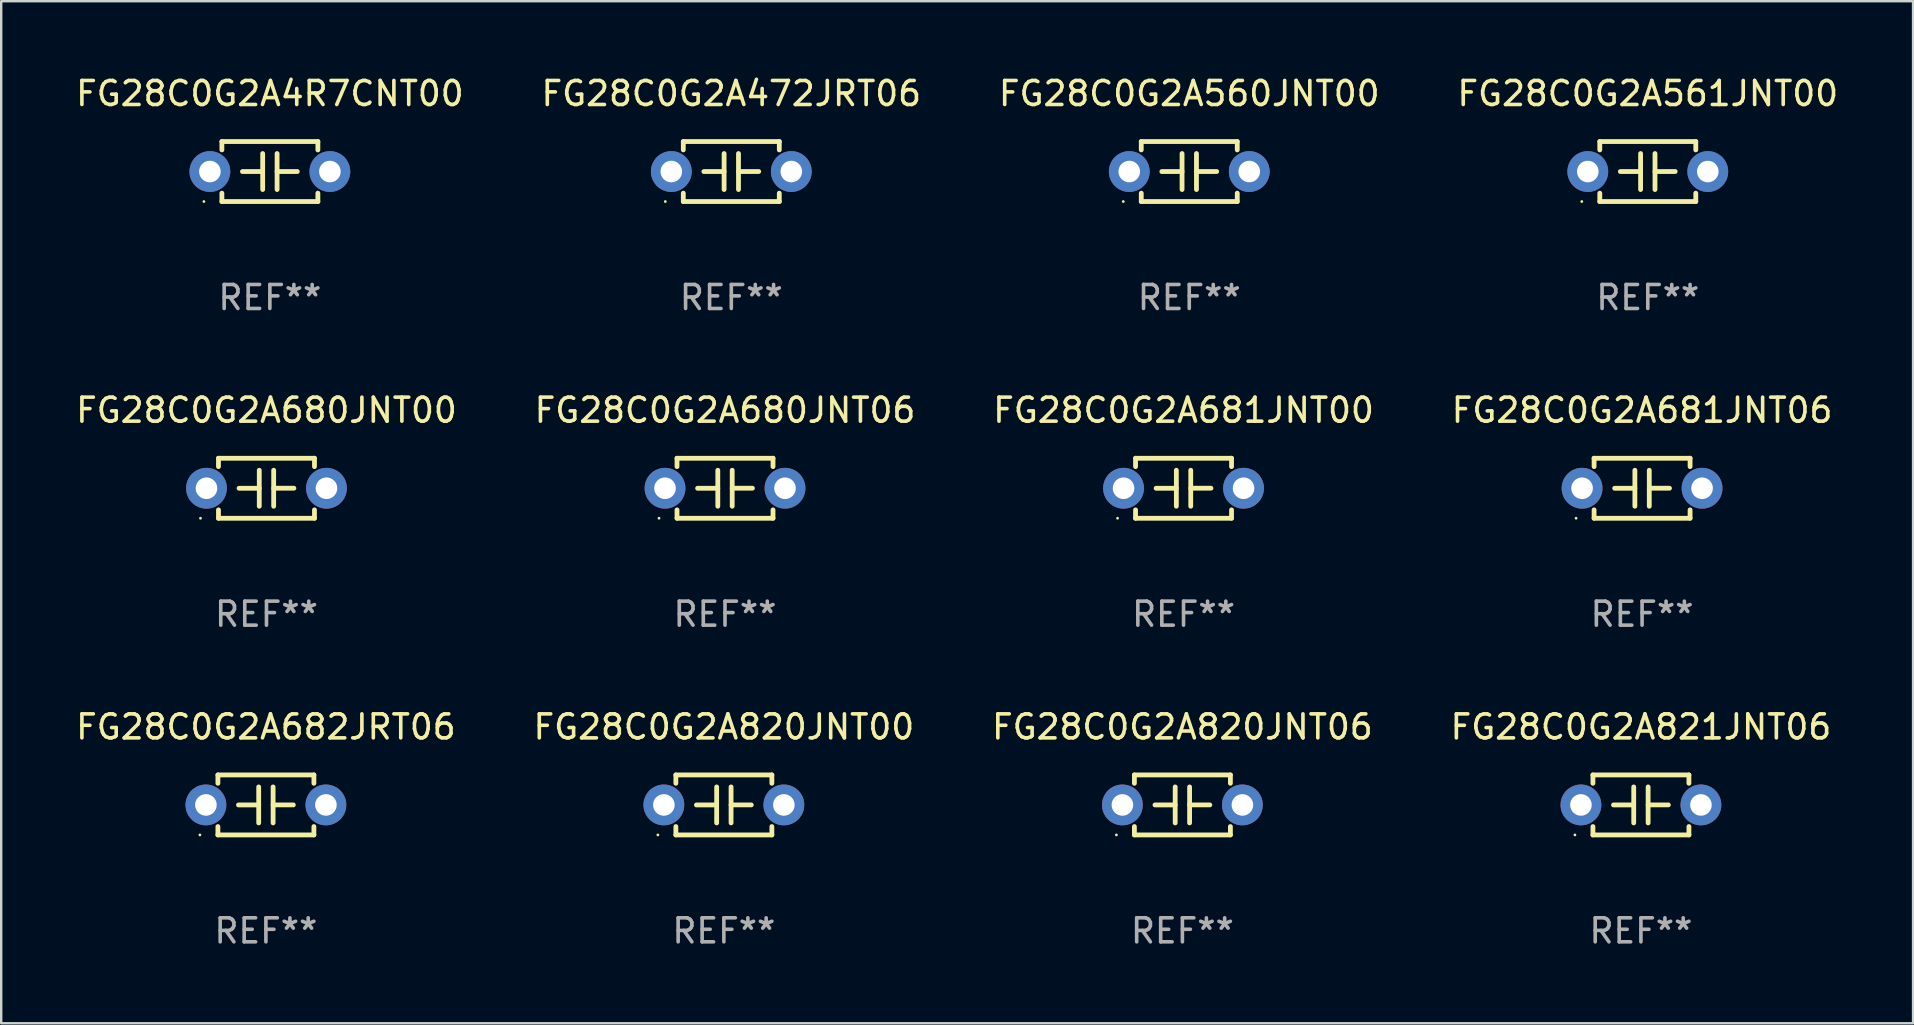
<source format=kicad_pcb>
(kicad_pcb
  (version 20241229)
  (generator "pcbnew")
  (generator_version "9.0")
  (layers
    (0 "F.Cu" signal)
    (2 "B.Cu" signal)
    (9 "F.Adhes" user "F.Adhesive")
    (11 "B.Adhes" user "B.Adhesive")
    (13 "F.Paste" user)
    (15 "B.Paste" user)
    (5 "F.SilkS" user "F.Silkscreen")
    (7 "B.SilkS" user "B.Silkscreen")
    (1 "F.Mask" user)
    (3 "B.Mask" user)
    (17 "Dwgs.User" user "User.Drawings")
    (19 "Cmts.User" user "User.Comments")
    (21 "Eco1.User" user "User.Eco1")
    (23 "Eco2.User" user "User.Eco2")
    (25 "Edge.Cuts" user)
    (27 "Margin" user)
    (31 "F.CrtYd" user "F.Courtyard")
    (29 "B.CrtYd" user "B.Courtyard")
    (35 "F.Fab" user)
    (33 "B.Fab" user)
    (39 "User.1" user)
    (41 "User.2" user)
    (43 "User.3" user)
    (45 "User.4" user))
  (footprint "FG28C0G2A821JNT06"
    (layer "F.Cu")
    (at 65.327 30.491)
    (property "Reference" "FG28C0G2A821JNT06" (at 0 -3.25 0) (layer "F.SilkS") (effects (font (size 1 1) (thickness 0.15))))
    (attr through_hole)
    (fp_line (start -2 -1.25) (end -2 -0.901) (stroke (width 0.2) (type solid)) (layer "F.SilkS"))
    (fp_line (start -2 -1.25) (end 2 -1.25) (stroke (width 0.2) (type solid)) (layer "F.SilkS"))
    (fp_line (start -2 0.901) (end -2 1.25) (stroke (width 0.2) (type solid)) (layer "F.SilkS"))
    (fp_line (start -0.3 -0.75) (end -0.3 0.75) (stroke (width 0.2) (type solid)) (layer "F.SilkS"))
    (fp_line (start -0.3 0.001) (end -1.143 0.001) (stroke (width 0.2) (type solid)) (layer "F.SilkS"))
    (fp_line (start 0.3 -0.001) (end 1.143 -0.001) (stroke (width 0.2) (type solid)) (layer "F.SilkS"))
    (fp_line (start 0.3 0.75) (end 0.3 -0.75) (stroke (width 0.2) (type solid)) (layer "F.SilkS"))
    (fp_line (start 2 -1.25) (end 2 -0.901) (stroke (width 0.2) (type solid)) (layer "F.SilkS"))
    (fp_line (start 2 0.901) (end 2 1.25) (stroke (width 0.2) (type solid)) (layer "F.SilkS"))
    (fp_line (start 2 1.25) (end -2 1.25) (stroke (width 0.2) (type solid)) (layer "F.SilkS"))
    (fp_circle (center -2.75 1.25) (end -2.72 1.25) (stroke (width 0.06) (type solid)) (fill no) (layer "F.SilkS"))
    (fp_text user "REF**" (at 0 5.25 0) (layer "F.Fab") (effects (font (size 1 1) (thickness 0.15))))
    (pad "1" thru_hole circle (at -2.5 0) (size 1.7 1.7) (drill 0.9) (layers "*.Cu" "*.Mask"))
    (pad "2" thru_hole circle (at 2.5 0) (size 1.7 1.7) (drill 0.9) (layers "*.Cu" "*.Mask")))
  (footprint "FG28C0G2A680JNT06"
    (layer "F.Cu")
    (at 27.161 17.295)
    (property "Reference" "FG28C0G2A680JNT06" (at 0 -3.25 0) (layer "F.SilkS") (effects (font (size 1 1) (thickness 0.15))))
    (attr through_hole)
    (fp_line (start -2 -1.25) (end -2 -0.901) (stroke (width 0.2) (type solid)) (layer "F.SilkS"))
    (fp_line (start -2 -1.25) (end 2 -1.25) (stroke (width 0.2) (type solid)) (layer "F.SilkS"))
    (fp_line (start -2 0.901) (end -2 1.25) (stroke (width 0.2) (type solid)) (layer "F.SilkS"))
    (fp_line (start -0.3 -0.75) (end -0.3 0.75) (stroke (width 0.2) (type solid)) (layer "F.SilkS"))
    (fp_line (start -0.3 0.001) (end -1.143 0.001) (stroke (width 0.2) (type solid)) (layer "F.SilkS"))
    (fp_line (start 0.3 -0.001) (end 1.143 -0.001) (stroke (width 0.2) (type solid)) (layer "F.SilkS"))
    (fp_line (start 0.3 0.75) (end 0.3 -0.75) (stroke (width 0.2) (type solid)) (layer "F.SilkS"))
    (fp_line (start 2 -1.25) (end 2 -0.901) (stroke (width 0.2) (type solid)) (layer "F.SilkS"))
    (fp_line (start 2 0.901) (end 2 1.25) (stroke (width 0.2) (type solid)) (layer "F.SilkS"))
    (fp_line (start 2 1.25) (end -2 1.25) (stroke (width 0.2) (type solid)) (layer "F.SilkS"))
    (fp_circle (center -2.75 1.25) (end -2.72 1.25) (stroke (width 0.06) (type solid)) (fill no) (layer "F.SilkS"))
    (fp_text user "REF**" (at 0 5.25 0) (layer "F.Fab") (effects (font (size 1 1) (thickness 0.15))))
    (pad "1" thru_hole circle (at -2.5 0) (size 1.7 1.7) (drill 0.9) (layers "*.Cu" "*.Mask"))
    (pad "2" thru_hole circle (at 2.5 0) (size 1.7 1.7) (drill 0.9) (layers "*.Cu" "*.Mask")))
  (footprint "FG28C0G2A4R7CNT00"
    (layer "F.Cu")
    (at 8.196 4.098)
    (property "Reference" "FG28C0G2A4R7CNT00" (at 0 -3.25 0) (layer "F.SilkS") (effects (font (size 1 1) (thickness 0.15))))
    (attr through_hole)
    (fp_line (start -2 -1.25) (end -2 -0.901) (stroke (width 0.2) (type solid)) (layer "F.SilkS"))
    (fp_line (start -2 -1.25) (end 2 -1.25) (stroke (width 0.2) (type solid)) (layer "F.SilkS"))
    (fp_line (start -2 0.901) (end -2 1.25) (stroke (width 0.2) (type solid)) (layer "F.SilkS"))
    (fp_line (start -0.3 -0.75) (end -0.3 0.75) (stroke (width 0.2) (type solid)) (layer "F.SilkS"))
    (fp_line (start -0.3 0.001) (end -1.143 0.001) (stroke (width 0.2) (type solid)) (layer "F.SilkS"))
    (fp_line (start 0.3 -0.001) (end 1.143 -0.001) (stroke (width 0.2) (type solid)) (layer "F.SilkS"))
    (fp_line (start 0.3 0.75) (end 0.3 -0.75) (stroke (width 0.2) (type solid)) (layer "F.SilkS"))
    (fp_line (start 2 -1.25) (end 2 -0.901) (stroke (width 0.2) (type solid)) (layer "F.SilkS"))
    (fp_line (start 2 0.901) (end 2 1.25) (stroke (width 0.2) (type solid)) (layer "F.SilkS"))
    (fp_line (start 2 1.25) (end -2 1.25) (stroke (width 0.2) (type solid)) (layer "F.SilkS"))
    (fp_circle (center -2.75 1.25) (end -2.72 1.25) (stroke (width 0.06) (type solid)) (fill no) (layer "F.SilkS"))
    (fp_text user "REF**" (at 0 5.25 0) (layer "F.Fab") (effects (font (size 1 1) (thickness 0.15))))
    (pad "1" thru_hole circle (at -2.5 0) (size 1.7 1.7) (drill 0.9) (layers "*.Cu" "*.Mask"))
    (pad "2" thru_hole circle (at 2.5 0) (size 1.7 1.7) (drill 0.9) (layers "*.Cu" "*.Mask")))
  (footprint "FG28C0G2A681JNT00"
    (layer "F.Cu")
    (at 46.268 17.295)
    (property "Reference" "FG28C0G2A681JNT00" (at 0 -3.25 0) (layer "F.SilkS") (effects (font (size 1 1) (thickness 0.15))))
    (attr through_hole)
    (fp_line (start -2 -1.25) (end -2 -0.901) (stroke (width 0.2) (type solid)) (layer "F.SilkS"))
    (fp_line (start -2 -1.25) (end 2 -1.25) (stroke (width 0.2) (type solid)) (layer "F.SilkS"))
    (fp_line (start -2 0.901) (end -2 1.25) (stroke (width 0.2) (type solid)) (layer "F.SilkS"))
    (fp_line (start -0.3 -0.75) (end -0.3 0.75) (stroke (width 0.2) (type solid)) (layer "F.SilkS"))
    (fp_line (start -0.3 0.001) (end -1.143 0.001) (stroke (width 0.2) (type solid)) (layer "F.SilkS"))
    (fp_line (start 0.3 -0.001) (end 1.143 -0.001) (stroke (width 0.2) (type solid)) (layer "F.SilkS"))
    (fp_line (start 0.3 0.75) (end 0.3 -0.75) (stroke (width 0.2) (type solid)) (layer "F.SilkS"))
    (fp_line (start 2 -1.25) (end 2 -0.901) (stroke (width 0.2) (type solid)) (layer "F.SilkS"))
    (fp_line (start 2 0.901) (end 2 1.25) (stroke (width 0.2) (type solid)) (layer "F.SilkS"))
    (fp_line (start 2 1.25) (end -2 1.25) (stroke (width 0.2) (type solid)) (layer "F.SilkS"))
    (fp_circle (center -2.75 1.25) (end -2.72 1.25) (stroke (width 0.06) (type solid)) (fill no) (layer "F.SilkS"))
    (fp_text user "REF**" (at 0 5.25 0) (layer "F.Fab") (effects (font (size 1 1) (thickness 0.15))))
    (pad "1" thru_hole circle (at -2.5 0) (size 1.7 1.7) (drill 0.9) (layers "*.Cu" "*.Mask"))
    (pad "2" thru_hole circle (at 2.5 0) (size 1.7 1.7) (drill 0.9) (layers "*.Cu" "*.Mask")))
  (footprint "FG28C0G2A681JNT06"
    (layer "F.Cu")
    (at 65.375 17.295)
    (property "Reference" "FG28C0G2A681JNT06" (at 0 -3.25 0) (layer "F.SilkS") (effects (font (size 1 1) (thickness 0.15))))
    (attr through_hole)
    (fp_line (start -2 -1.25) (end -2 -0.901) (stroke (width 0.2) (type solid)) (layer "F.SilkS"))
    (fp_line (start -2 -1.25) (end 2 -1.25) (stroke (width 0.2) (type solid)) (layer "F.SilkS"))
    (fp_line (start -2 0.901) (end -2 1.25) (stroke (width 0.2) (type solid)) (layer "F.SilkS"))
    (fp_line (start -0.3 -0.75) (end -0.3 0.75) (stroke (width 0.2) (type solid)) (layer "F.SilkS"))
    (fp_line (start -0.3 0.001) (end -1.143 0.001) (stroke (width 0.2) (type solid)) (layer "F.SilkS"))
    (fp_line (start 0.3 -0.001) (end 1.143 -0.001) (stroke (width 0.2) (type solid)) (layer "F.SilkS"))
    (fp_line (start 0.3 0.75) (end 0.3 -0.75) (stroke (width 0.2) (type solid)) (layer "F.SilkS"))
    (fp_line (start 2 -1.25) (end 2 -0.901) (stroke (width 0.2) (type solid)) (layer "F.SilkS"))
    (fp_line (start 2 0.901) (end 2 1.25) (stroke (width 0.2) (type solid)) (layer "F.SilkS"))
    (fp_line (start 2 1.25) (end -2 1.25) (stroke (width 0.2) (type solid)) (layer "F.SilkS"))
    (fp_circle (center -2.75 1.25) (end -2.72 1.25) (stroke (width 0.06) (type solid)) (fill no) (layer "F.SilkS"))
    (fp_text user "REF**" (at 0 5.25 0) (layer "F.Fab") (effects (font (size 1 1) (thickness 0.15))))
    (pad "1" thru_hole circle (at -2.5 0) (size 1.7 1.7) (drill 0.9) (layers "*.Cu" "*.Mask"))
    (pad "2" thru_hole circle (at 2.5 0) (size 1.7 1.7) (drill 0.9) (layers "*.Cu" "*.Mask")))
  (footprint "FG28C0G2A682JRT06"
    (layer "F.Cu")
    (at 8.03 30.491)
    (property "Reference" "FG28C0G2A682JRT06" (at 0 -3.25 0) (layer "F.SilkS") (effects (font (size 1 1) (thickness 0.15))))
    (attr through_hole)
    (fp_line (start -2 -1.25) (end -2 -0.901) (stroke (width 0.2) (type solid)) (layer "F.SilkS"))
    (fp_line (start -2 -1.25) (end 2 -1.25) (stroke (width 0.2) (type solid)) (layer "F.SilkS"))
    (fp_line (start -2 0.901) (end -2 1.25) (stroke (width 0.2) (type solid)) (layer "F.SilkS"))
    (fp_line (start -0.3 -0.75) (end -0.3 0.75) (stroke (width 0.2) (type solid)) (layer "F.SilkS"))
    (fp_line (start -0.3 0.001) (end -1.143 0.001) (stroke (width 0.2) (type solid)) (layer "F.SilkS"))
    (fp_line (start 0.3 -0.001) (end 1.143 -0.001) (stroke (width 0.2) (type solid)) (layer "F.SilkS"))
    (fp_line (start 0.3 0.75) (end 0.3 -0.75) (stroke (width 0.2) (type solid)) (layer "F.SilkS"))
    (fp_line (start 2 -1.25) (end 2 -0.901) (stroke (width 0.2) (type solid)) (layer "F.SilkS"))
    (fp_line (start 2 0.901) (end 2 1.25) (stroke (width 0.2) (type solid)) (layer "F.SilkS"))
    (fp_line (start 2 1.25) (end -2 1.25) (stroke (width 0.2) (type solid)) (layer "F.SilkS"))
    (fp_circle (center -2.75 1.25) (end -2.72 1.25) (stroke (width 0.06) (type solid)) (fill no) (layer "F.SilkS"))
    (fp_text user "REF**" (at 0 5.25 0) (layer "F.Fab") (effects (font (size 1 1) (thickness 0.15))))
    (pad "1" thru_hole circle (at -2.5 0) (size 1.7 1.7) (drill 0.9) (layers "*.Cu" "*.Mask"))
    (pad "2" thru_hole circle (at 2.5 0) (size 1.7 1.7) (drill 0.9) (layers "*.Cu" "*.Mask")))
  (footprint "FG28C0G2A561JNT00"
    (layer "F.Cu")
    (at 65.613 4.098)
    (property "Reference" "FG28C0G2A561JNT00" (at 0 -3.25 0) (layer "F.SilkS") (effects (font (size 1 1) (thickness 0.15))))
    (attr through_hole)
    (fp_line (start -2 -1.25) (end -2 -0.901) (stroke (width 0.2) (type solid)) (layer "F.SilkS"))
    (fp_line (start -2 -1.25) (end 2 -1.25) (stroke (width 0.2) (type solid)) (layer "F.SilkS"))
    (fp_line (start -2 0.901) (end -2 1.25) (stroke (width 0.2) (type solid)) (layer "F.SilkS"))
    (fp_line (start -0.3 -0.75) (end -0.3 0.75) (stroke (width 0.2) (type solid)) (layer "F.SilkS"))
    (fp_line (start -0.3 0.001) (end -1.143 0.001) (stroke (width 0.2) (type solid)) (layer "F.SilkS"))
    (fp_line (start 0.3 -0.001) (end 1.143 -0.001) (stroke (width 0.2) (type solid)) (layer "F.SilkS"))
    (fp_line (start 0.3 0.75) (end 0.3 -0.75) (stroke (width 0.2) (type solid)) (layer "F.SilkS"))
    (fp_line (start 2 -1.25) (end 2 -0.901) (stroke (width 0.2) (type solid)) (layer "F.SilkS"))
    (fp_line (start 2 0.901) (end 2 1.25) (stroke (width 0.2) (type solid)) (layer "F.SilkS"))
    (fp_line (start 2 1.25) (end -2 1.25) (stroke (width 0.2) (type solid)) (layer "F.SilkS"))
    (fp_circle (center -2.75 1.25) (end -2.72 1.25) (stroke (width 0.06) (type solid)) (fill no) (layer "F.SilkS"))
    (fp_text user "REF**" (at 0 5.25 0) (layer "F.Fab") (effects (font (size 1 1) (thickness 0.15))))
    (pad "1" thru_hole circle (at -2.5 0) (size 1.7 1.7) (drill 0.9) (layers "*.Cu" "*.Mask"))
    (pad "2" thru_hole circle (at 2.5 0) (size 1.7 1.7) (drill 0.9) (layers "*.Cu" "*.Mask")))
  (footprint "FG28C0G2A820JNT06"
    (layer "F.Cu")
    (at 46.22 30.491)
    (property "Reference" "FG28C0G2A820JNT06" (at 0 -3.25 0) (layer "F.SilkS") (effects (font (size 1 1) (thickness 0.15))))
    (attr through_hole)
    (fp_line (start -2 -1.25) (end -2 -0.901) (stroke (width 0.2) (type solid)) (layer "F.SilkS"))
    (fp_line (start -2 -1.25) (end 2 -1.25) (stroke (width 0.2) (type solid)) (layer "F.SilkS"))
    (fp_line (start -2 0.901) (end -2 1.25) (stroke (width 0.2) (type solid)) (layer "F.SilkS"))
    (fp_line (start -0.3 -0.75) (end -0.3 0.75) (stroke (width 0.2) (type solid)) (layer "F.SilkS"))
    (fp_line (start -0.3 0.001) (end -1.143 0.001) (stroke (width 0.2) (type solid)) (layer "F.SilkS"))
    (fp_line (start 0.3 -0.001) (end 1.143 -0.001) (stroke (width 0.2) (type solid)) (layer "F.SilkS"))
    (fp_line (start 0.3 0.75) (end 0.3 -0.75) (stroke (width 0.2) (type solid)) (layer "F.SilkS"))
    (fp_line (start 2 -1.25) (end 2 -0.901) (stroke (width 0.2) (type solid)) (layer "F.SilkS"))
    (fp_line (start 2 0.901) (end 2 1.25) (stroke (width 0.2) (type solid)) (layer "F.SilkS"))
    (fp_line (start 2 1.25) (end -2 1.25) (stroke (width 0.2) (type solid)) (layer "F.SilkS"))
    (fp_circle (center -2.75 1.25) (end -2.72 1.25) (stroke (width 0.06) (type solid)) (fill no) (layer "F.SilkS"))
    (fp_text user "REF**" (at 0 5.25 0) (layer "F.Fab") (effects (font (size 1 1) (thickness 0.15))))
    (pad "1" thru_hole circle (at -2.5 0) (size 1.7 1.7) (drill 0.9) (layers "*.Cu" "*.Mask"))
    (pad "2" thru_hole circle (at 2.5 0) (size 1.7 1.7) (drill 0.9) (layers "*.Cu" "*.Mask")))
  (footprint "FG28C0G2A472JRT06"
    (layer "F.Cu")
    (at 27.423 4.098)
    (property "Reference" "FG28C0G2A472JRT06" (at 0 -3.25 0) (layer "F.SilkS") (effects (font (size 1 1) (thickness 0.15))))
    (attr through_hole)
    (fp_line (start -2 -1.25) (end -2 -0.901) (stroke (width 0.2) (type solid)) (layer "F.SilkS"))
    (fp_line (start -2 -1.25) (end 2 -1.25) (stroke (width 0.2) (type solid)) (layer "F.SilkS"))
    (fp_line (start -2 0.901) (end -2 1.25) (stroke (width 0.2) (type solid)) (layer "F.SilkS"))
    (fp_line (start -0.3 -0.75) (end -0.3 0.75) (stroke (width 0.2) (type solid)) (layer "F.SilkS"))
    (fp_line (start -0.3 0.001) (end -1.143 0.001) (stroke (width 0.2) (type solid)) (layer "F.SilkS"))
    (fp_line (start 0.3 -0.001) (end 1.143 -0.001) (stroke (width 0.2) (type solid)) (layer "F.SilkS"))
    (fp_line (start 0.3 0.75) (end 0.3 -0.75) (stroke (width 0.2) (type solid)) (layer "F.SilkS"))
    (fp_line (start 2 -1.25) (end 2 -0.901) (stroke (width 0.2) (type solid)) (layer "F.SilkS"))
    (fp_line (start 2 0.901) (end 2 1.25) (stroke (width 0.2) (type solid)) (layer "F.SilkS"))
    (fp_line (start 2 1.25) (end -2 1.25) (stroke (width 0.2) (type solid)) (layer "F.SilkS"))
    (fp_circle (center -2.75 1.25) (end -2.72 1.25) (stroke (width 0.06) (type solid)) (fill no) (layer "F.SilkS"))
    (fp_text user "REF**" (at 0 5.25 0) (layer "F.Fab") (effects (font (size 1 1) (thickness 0.15))))
    (pad "1" thru_hole circle (at -2.5 0) (size 1.7 1.7) (drill 0.9) (layers "*.Cu" "*.Mask"))
    (pad "2" thru_hole circle (at 2.5 0) (size 1.7 1.7) (drill 0.9) (layers "*.Cu" "*.Mask")))
  (footprint "FG28C0G2A680JNT00"
    (layer "F.Cu")
    (at 8.054 17.295)
    (property "Reference" "FG28C0G2A680JNT00" (at 0 -3.25 0) (layer "F.SilkS") (effects (font (size 1 1) (thickness 0.15))))
    (attr through_hole)
    (fp_line (start -2 -1.25) (end -2 -0.901) (stroke (width 0.2) (type solid)) (layer "F.SilkS"))
    (fp_line (start -2 -1.25) (end 2 -1.25) (stroke (width 0.2) (type solid)) (layer "F.SilkS"))
    (fp_line (start -2 0.901) (end -2 1.25) (stroke (width 0.2) (type solid)) (layer "F.SilkS"))
    (fp_line (start -0.3 -0.75) (end -0.3 0.75) (stroke (width 0.2) (type solid)) (layer "F.SilkS"))
    (fp_line (start -0.3 0.001) (end -1.143 0.001) (stroke (width 0.2) (type solid)) (layer "F.SilkS"))
    (fp_line (start 0.3 -0.001) (end 1.143 -0.001) (stroke (width 0.2) (type solid)) (layer "F.SilkS"))
    (fp_line (start 0.3 0.75) (end 0.3 -0.75) (stroke (width 0.2) (type solid)) (layer "F.SilkS"))
    (fp_line (start 2 -1.25) (end 2 -0.901) (stroke (width 0.2) (type solid)) (layer "F.SilkS"))
    (fp_line (start 2 0.901) (end 2 1.25) (stroke (width 0.2) (type solid)) (layer "F.SilkS"))
    (fp_line (start 2 1.25) (end -2 1.25) (stroke (width 0.2) (type solid)) (layer "F.SilkS"))
    (fp_circle (center -2.75 1.25) (end -2.72 1.25) (stroke (width 0.06) (type solid)) (fill no) (layer "F.SilkS"))
    (fp_text user "REF**" (at 0 5.25 0) (layer "F.Fab") (effects (font (size 1 1) (thickness 0.15))))
    (pad "1" thru_hole circle (at -2.5 0) (size 1.7 1.7) (drill 0.9) (layers "*.Cu" "*.Mask"))
    (pad "2" thru_hole circle (at 2.5 0) (size 1.7 1.7) (drill 0.9) (layers "*.Cu" "*.Mask")))
  (footprint "FG28C0G2A820JNT00"
    (layer "F.Cu")
    (at 27.113 30.491)
    (property "Reference" "FG28C0G2A820JNT00" (at 0 -3.25 0) (layer "F.SilkS") (effects (font (size 1 1) (thickness 0.15))))
    (attr through_hole)
    (fp_line (start -2 -1.25) (end -2 -0.901) (stroke (width 0.2) (type solid)) (layer "F.SilkS"))
    (fp_line (start -2 -1.25) (end 2 -1.25) (stroke (width 0.2) (type solid)) (layer "F.SilkS"))
    (fp_line (start -2 0.901) (end -2 1.25) (stroke (width 0.2) (type solid)) (layer "F.SilkS"))
    (fp_line (start -0.3 -0.75) (end -0.3 0.75) (stroke (width 0.2) (type solid)) (layer "F.SilkS"))
    (fp_line (start -0.3 0.001) (end -1.143 0.001) (stroke (width 0.2) (type solid)) (layer "F.SilkS"))
    (fp_line (start 0.3 -0.001) (end 1.143 -0.001) (stroke (width 0.2) (type solid)) (layer "F.SilkS"))
    (fp_line (start 0.3 0.75) (end 0.3 -0.75) (stroke (width 0.2) (type solid)) (layer "F.SilkS"))
    (fp_line (start 2 -1.25) (end 2 -0.901) (stroke (width 0.2) (type solid)) (layer "F.SilkS"))
    (fp_line (start 2 0.901) (end 2 1.25) (stroke (width 0.2) (type solid)) (layer "F.SilkS"))
    (fp_line (start 2 1.25) (end -2 1.25) (stroke (width 0.2) (type solid)) (layer "F.SilkS"))
    (fp_circle (center -2.75 1.25) (end -2.72 1.25) (stroke (width 0.06) (type solid)) (fill no) (layer "F.SilkS"))
    (fp_text user "REF**" (at 0 5.25 0) (layer "F.Fab") (effects (font (size 1 1) (thickness 0.15))))
    (pad "1" thru_hole circle (at -2.5 0) (size 1.7 1.7) (drill 0.9) (layers "*.Cu" "*.Mask"))
    (pad "2" thru_hole circle (at 2.5 0) (size 1.7 1.7) (drill 0.9) (layers "*.Cu" "*.Mask")))
  (footprint "FG28C0G2A560JNT00"
    (layer "F.Cu")
    (at 46.506 4.098)
    (property "Reference" "FG28C0G2A560JNT00" (at 0 -3.25 0) (layer "F.SilkS") (effects (font (size 1 1) (thickness 0.15))))
    (attr through_hole)
    (fp_line (start -2 -1.25) (end -2 -0.901) (stroke (width 0.2) (type solid)) (layer "F.SilkS"))
    (fp_line (start -2 -1.25) (end 2 -1.25) (stroke (width 0.2) (type solid)) (layer "F.SilkS"))
    (fp_line (start -2 0.901) (end -2 1.25) (stroke (width 0.2) (type solid)) (layer "F.SilkS"))
    (fp_line (start -0.3 -0.75) (end -0.3 0.75) (stroke (width 0.2) (type solid)) (layer "F.SilkS"))
    (fp_line (start -0.3 0.001) (end -1.143 0.001) (stroke (width 0.2) (type solid)) (layer "F.SilkS"))
    (fp_line (start 0.3 -0.001) (end 1.143 -0.001) (stroke (width 0.2) (type solid)) (layer "F.SilkS"))
    (fp_line (start 0.3 0.75) (end 0.3 -0.75) (stroke (width 0.2) (type solid)) (layer "F.SilkS"))
    (fp_line (start 2 -1.25) (end 2 -0.901) (stroke (width 0.2) (type solid)) (layer "F.SilkS"))
    (fp_line (start 2 0.901) (end 2 1.25) (stroke (width 0.2) (type solid)) (layer "F.SilkS"))
    (fp_line (start 2 1.25) (end -2 1.25) (stroke (width 0.2) (type solid)) (layer "F.SilkS"))
    (fp_circle (center -2.75 1.25) (end -2.72 1.25) (stroke (width 0.06) (type solid)) (fill no) (layer "F.SilkS"))
    (fp_text user "REF**" (at 0 5.25 0) (layer "F.Fab") (effects (font (size 1 1) (thickness 0.15))))
    (pad "1" thru_hole circle (at -2.5 0) (size 1.7 1.7) (drill 0.9) (layers "*.Cu" "*.Mask"))
    (pad "2" thru_hole circle (at 2.5 0) (size 1.7 1.7) (drill 0.9) (layers "*.Cu" "*.Mask")))
  (gr_rect
    (start -3 -3)
    (end 76.667 39.59)
    (stroke (width 0.1) (type default))
    (fill no)
    (layer "Edge.Cuts")))
</source>
